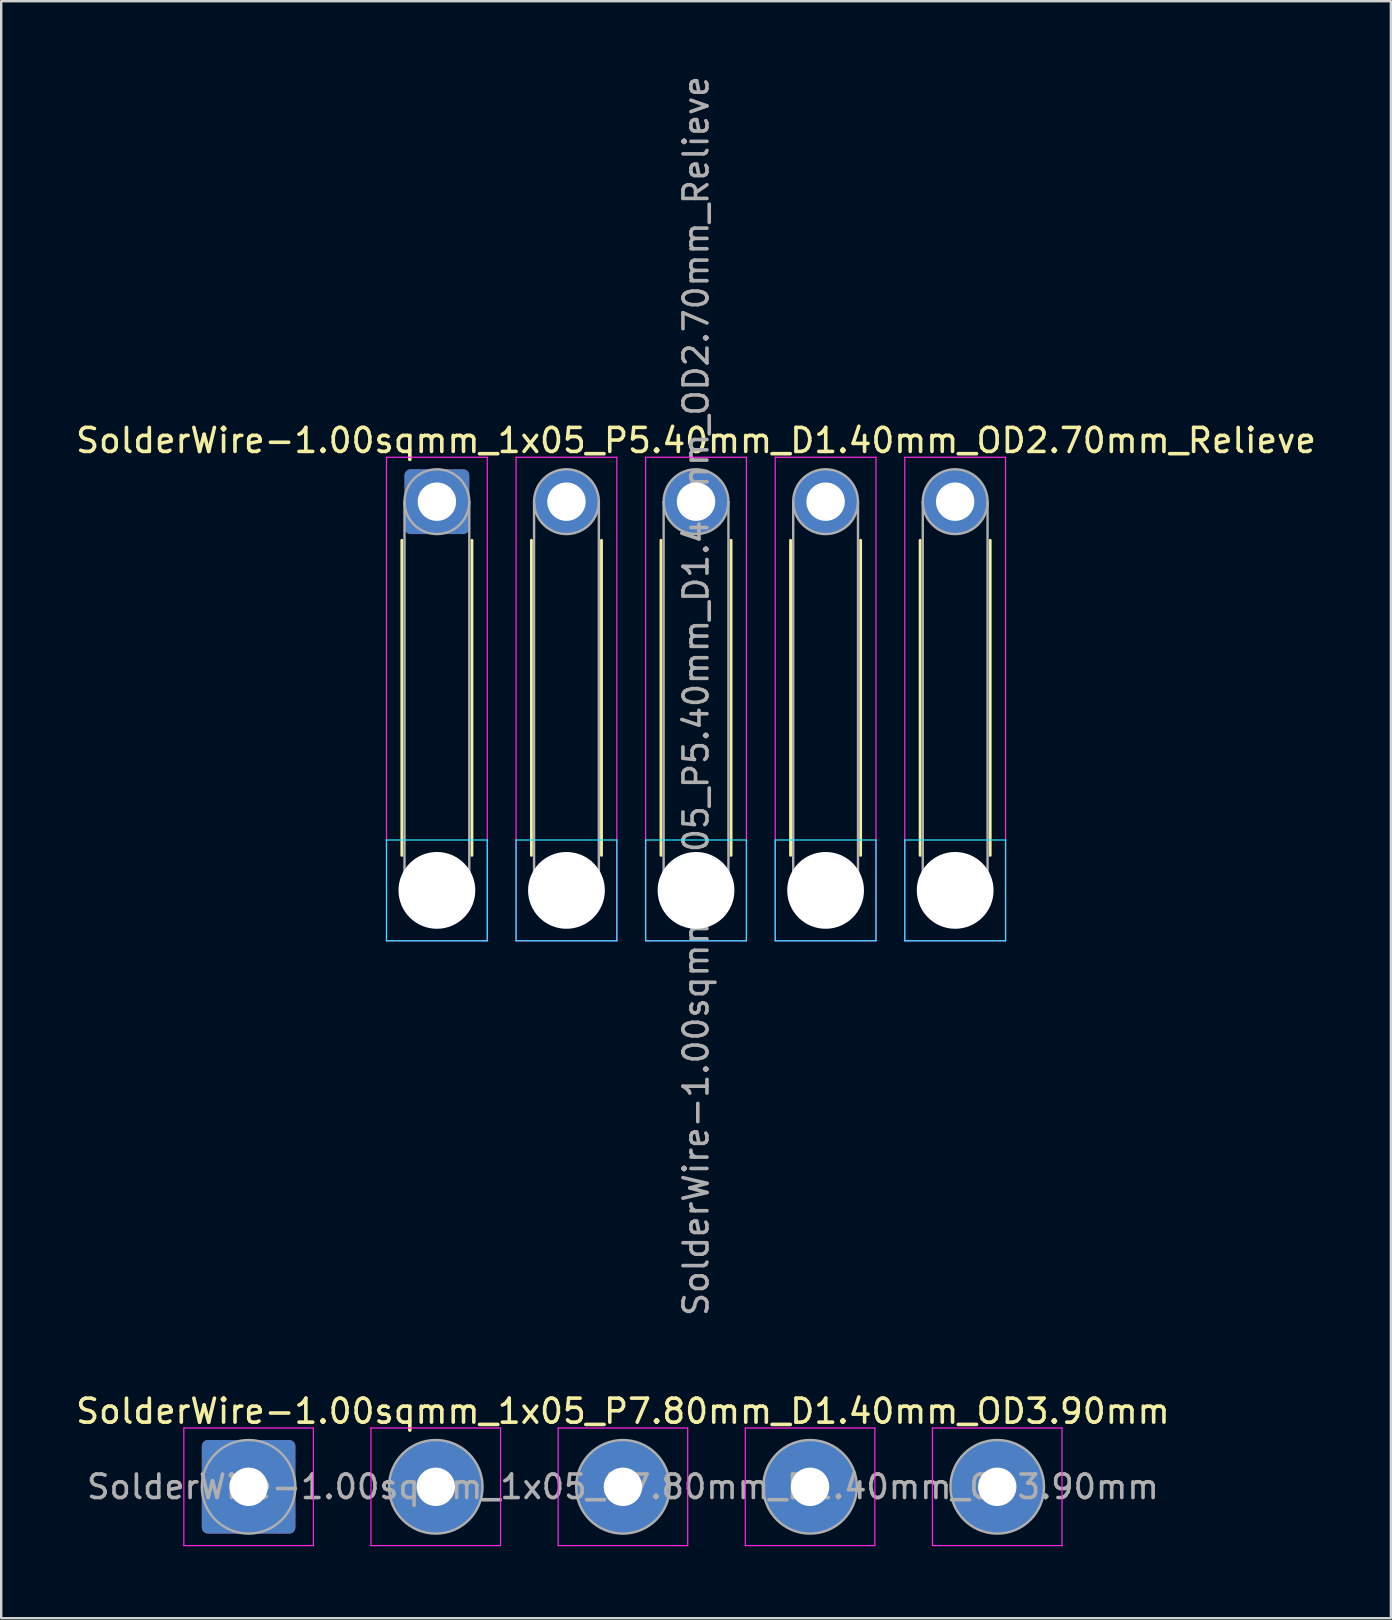
<source format=kicad_pcb>
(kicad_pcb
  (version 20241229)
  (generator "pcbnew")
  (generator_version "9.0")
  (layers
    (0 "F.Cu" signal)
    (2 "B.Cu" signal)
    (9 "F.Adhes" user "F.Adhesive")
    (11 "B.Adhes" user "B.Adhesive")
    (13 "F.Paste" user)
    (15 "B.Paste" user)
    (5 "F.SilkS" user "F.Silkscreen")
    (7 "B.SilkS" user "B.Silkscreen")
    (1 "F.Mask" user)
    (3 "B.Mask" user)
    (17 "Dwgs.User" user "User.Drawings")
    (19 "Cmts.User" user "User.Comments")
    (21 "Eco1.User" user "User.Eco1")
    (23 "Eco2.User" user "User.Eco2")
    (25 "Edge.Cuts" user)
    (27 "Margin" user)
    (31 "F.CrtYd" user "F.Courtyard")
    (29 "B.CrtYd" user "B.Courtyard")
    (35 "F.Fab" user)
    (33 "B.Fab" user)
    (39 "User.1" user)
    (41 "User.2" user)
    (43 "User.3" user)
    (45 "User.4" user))
  (footprint "SolderWire-1.00sqmm_1x05_P7.80mm_D1.40mm_OD3.90mm"
    (layer "F.Cu")
    (at 7.311 58.915)
    (property "Reference" "SolderWire-1.00sqmm_1x05_P7.80mm_D1.40mm_OD3.90mm" (at 15.6 -3.15 0) (layer "F.SilkS") (effects (font (size 1 1) (thickness 0.15))))
    (attr exclude_from_pos_files exclude_from_bom)
    (fp_line (start -2.7 -2.45) (end -2.7 2.45) (stroke (width 0.05) (type solid)) (layer "F.CrtYd"))
    (fp_line (start -2.7 2.45) (end 2.7 2.45) (stroke (width 0.05) (type solid)) (layer "F.CrtYd"))
    (fp_line (start 2.7 -2.45) (end -2.7 -2.45) (stroke (width 0.05) (type solid)) (layer "F.CrtYd"))
    (fp_line (start 2.7 2.45) (end 2.7 -2.45) (stroke (width 0.05) (type solid)) (layer "F.CrtYd"))
    (fp_line (start 5.1 -2.45) (end 5.1 2.45) (stroke (width 0.05) (type solid)) (layer "F.CrtYd"))
    (fp_line (start 5.1 2.45) (end 10.5 2.45) (stroke (width 0.05) (type solid)) (layer "F.CrtYd"))
    (fp_line (start 10.5 -2.45) (end 5.1 -2.45) (stroke (width 0.05) (type solid)) (layer "F.CrtYd"))
    (fp_line (start 10.5 2.45) (end 10.5 -2.45) (stroke (width 0.05) (type solid)) (layer "F.CrtYd"))
    (fp_line (start 12.9 -2.45) (end 12.9 2.45) (stroke (width 0.05) (type solid)) (layer "F.CrtYd"))
    (fp_line (start 12.9 2.45) (end 18.3 2.45) (stroke (width 0.05) (type solid)) (layer "F.CrtYd"))
    (fp_line (start 18.3 -2.45) (end 12.9 -2.45) (stroke (width 0.05) (type solid)) (layer "F.CrtYd"))
    (fp_line (start 18.3 2.45) (end 18.3 -2.45) (stroke (width 0.05) (type solid)) (layer "F.CrtYd"))
    (fp_line (start 20.7 -2.45) (end 20.7 2.45) (stroke (width 0.05) (type solid)) (layer "F.CrtYd"))
    (fp_line (start 20.7 2.45) (end 26.1 2.45) (stroke (width 0.05) (type solid)) (layer "F.CrtYd"))
    (fp_line (start 26.1 -2.45) (end 20.7 -2.45) (stroke (width 0.05) (type solid)) (layer "F.CrtYd"))
    (fp_line (start 26.1 2.45) (end 26.1 -2.45) (stroke (width 0.05) (type solid)) (layer "F.CrtYd"))
    (fp_line (start 28.5 -2.45) (end 28.5 2.45) (stroke (width 0.05) (type solid)) (layer "F.CrtYd"))
    (fp_line (start 28.5 2.45) (end 33.9 2.45) (stroke (width 0.05) (type solid)) (layer "F.CrtYd"))
    (fp_line (start 33.9 -2.45) (end 28.5 -2.45) (stroke (width 0.05) (type solid)) (layer "F.CrtYd"))
    (fp_line (start 33.9 2.45) (end 33.9 -2.45) (stroke (width 0.05) (type solid)) (layer "F.CrtYd"))
    (fp_circle (center 0 0) (end 1.95 0) (stroke (width 0.1) (type solid)) (fill no) (layer "F.Fab"))
    (fp_circle (center 7.8 0) (end 9.75 0) (stroke (width 0.1) (type solid)) (fill no) (layer "F.Fab"))
    (fp_circle (center 15.6 0) (end 17.55 0) (stroke (width 0.1) (type solid)) (fill no) (layer "F.Fab"))
    (fp_circle (center 23.4 0) (end 25.35 0) (stroke (width 0.1) (type solid)) (fill no) (layer "F.Fab"))
    (fp_circle (center 31.2 0) (end 33.15 0) (stroke (width 0.1) (type solid)) (fill no) (layer "F.Fab"))
    (fp_text user "${REFERENCE}" (at 15.6 0 0) (layer "F.Fab") (effects (font (size 0.98 0.98) (thickness 0.15))))
    (pad "1" thru_hole roundrect (at 0 0) (size 3.9 3.9) (drill 1.6) (layers "*.Cu" "*.Mask") (roundrect_rratio 0.064))
    (pad "2" thru_hole circle (at 7.8 0) (size 3.9 3.9) (drill 1.6) (layers "*.Cu" "*.Mask"))
    (pad "3" thru_hole circle (at 15.6 0) (size 3.9 3.9) (drill 1.6) (layers "*.Cu" "*.Mask"))
    (pad "4" thru_hole circle (at 23.4 0) (size 3.9 3.9) (drill 1.6) (layers "*.Cu" "*.Mask"))
    (pad "5" thru_hole circle (at 31.2 0) (size 3.9 3.9) (drill 1.6) (layers "*.Cu" "*.Mask")))
  (footprint "SolderWire-1.00sqmm_1x05_P5.40mm_D1.40mm_OD2.70mm_Relieve"
    (layer "F.Cu")
    (at 15.158 17.858)
    (property "Reference" "SolderWire-1.00sqmm_1x05_P5.40mm_D1.40mm_OD2.70mm_Relieve" (at 10.8 -2.55 0) (layer "F.SilkS") (effects (font (size 1 1) (thickness 0.15))))
    (attr exclude_from_pos_files exclude_from_bom)
    (fp_line (start -1.46 1.61) (end -1.46 14.74) (stroke (width 0.12) (type solid)) (layer "F.SilkS"))
    (fp_line (start 1.46 1.61) (end 1.46 14.74) (stroke (width 0.12) (type solid)) (layer "F.SilkS"))
    (fp_line (start 3.94 1.61) (end 3.94 14.74) (stroke (width 0.12) (type solid)) (layer "F.SilkS"))
    (fp_line (start 6.86 1.61) (end 6.86 14.74) (stroke (width 0.12) (type solid)) (layer "F.SilkS"))
    (fp_line (start 9.34 1.61) (end 9.34 14.74) (stroke (width 0.12) (type solid)) (layer "F.SilkS"))
    (fp_line (start 12.26 1.61) (end 12.26 14.74) (stroke (width 0.12) (type solid)) (layer "F.SilkS"))
    (fp_line (start 14.74 1.61) (end 14.74 14.74) (stroke (width 0.12) (type solid)) (layer "F.SilkS"))
    (fp_line (start 17.66 1.61) (end 17.66 14.74) (stroke (width 0.12) (type solid)) (layer "F.SilkS"))
    (fp_line (start 20.14 1.61) (end 20.14 14.74) (stroke (width 0.12) (type solid)) (layer "F.SilkS"))
    (fp_line (start 23.06 1.61) (end 23.06 14.74) (stroke (width 0.12) (type solid)) (layer "F.SilkS"))
    (fp_line (start -2.1 14.1) (end -2.1 18.3) (stroke (width 0.05) (type solid)) (layer "B.CrtYd"))
    (fp_line (start -2.1 18.3) (end 2.1 18.3) (stroke (width 0.05) (type solid)) (layer "B.CrtYd"))
    (fp_line (start 2.1 14.1) (end -2.1 14.1) (stroke (width 0.05) (type solid)) (layer "B.CrtYd"))
    (fp_line (start 2.1 18.3) (end 2.1 14.1) (stroke (width 0.05) (type solid)) (layer "B.CrtYd"))
    (fp_line (start 3.3 14.1) (end 3.3 18.3) (stroke (width 0.05) (type solid)) (layer "B.CrtYd"))
    (fp_line (start 3.3 18.3) (end 7.5 18.3) (stroke (width 0.05) (type solid)) (layer "B.CrtYd"))
    (fp_line (start 7.5 14.1) (end 3.3 14.1) (stroke (width 0.05) (type solid)) (layer "B.CrtYd"))
    (fp_line (start 7.5 18.3) (end 7.5 14.1) (stroke (width 0.05) (type solid)) (layer "B.CrtYd"))
    (fp_line (start 8.7 14.1) (end 8.7 18.3) (stroke (width 0.05) (type solid)) (layer "B.CrtYd"))
    (fp_line (start 8.7 18.3) (end 12.9 18.3) (stroke (width 0.05) (type solid)) (layer "B.CrtYd"))
    (fp_line (start 12.9 14.1) (end 8.7 14.1) (stroke (width 0.05) (type solid)) (layer "B.CrtYd"))
    (fp_line (start 12.9 18.3) (end 12.9 14.1) (stroke (width 0.05) (type solid)) (layer "B.CrtYd"))
    (fp_line (start 14.1 14.1) (end 14.1 18.3) (stroke (width 0.05) (type solid)) (layer "B.CrtYd"))
    (fp_line (start 14.1 18.3) (end 18.3 18.3) (stroke (width 0.05) (type solid)) (layer "B.CrtYd"))
    (fp_line (start 18.3 14.1) (end 14.1 14.1) (stroke (width 0.05) (type solid)) (layer "B.CrtYd"))
    (fp_line (start 18.3 18.3) (end 18.3 14.1) (stroke (width 0.05) (type solid)) (layer "B.CrtYd"))
    (fp_line (start 19.5 14.1) (end 19.5 18.3) (stroke (width 0.05) (type solid)) (layer "B.CrtYd"))
    (fp_line (start 19.5 18.3) (end 23.7 18.3) (stroke (width 0.05) (type solid)) (layer "B.CrtYd"))
    (fp_line (start 23.7 14.1) (end 19.5 14.1) (stroke (width 0.05) (type solid)) (layer "B.CrtYd"))
    (fp_line (start 23.7 18.3) (end 23.7 14.1) (stroke (width 0.05) (type solid)) (layer "B.CrtYd"))
    (fp_line (start -2.1 -1.85) (end -2.1 18.3) (stroke (width 0.05) (type solid)) (layer "F.CrtYd"))
    (fp_line (start -2.1 18.3) (end 2.1 18.3) (stroke (width 0.05) (type solid)) (layer "F.CrtYd"))
    (fp_line (start 2.1 -1.85) (end -2.1 -1.85) (stroke (width 0.05) (type solid)) (layer "F.CrtYd"))
    (fp_line (start 2.1 18.3) (end 2.1 -1.85) (stroke (width 0.05) (type solid)) (layer "F.CrtYd"))
    (fp_line (start 3.3 -1.85) (end 3.3 18.3) (stroke (width 0.05) (type solid)) (layer "F.CrtYd"))
    (fp_line (start 3.3 18.3) (end 7.5 18.3) (stroke (width 0.05) (type solid)) (layer "F.CrtYd"))
    (fp_line (start 7.5 -1.85) (end 3.3 -1.85) (stroke (width 0.05) (type solid)) (layer "F.CrtYd"))
    (fp_line (start 7.5 18.3) (end 7.5 -1.85) (stroke (width 0.05) (type solid)) (layer "F.CrtYd"))
    (fp_line (start 8.7 -1.85) (end 8.7 18.3) (stroke (width 0.05) (type solid)) (layer "F.CrtYd"))
    (fp_line (start 8.7 18.3) (end 12.9 18.3) (stroke (width 0.05) (type solid)) (layer "F.CrtYd"))
    (fp_line (start 12.9 -1.85) (end 8.7 -1.85) (stroke (width 0.05) (type solid)) (layer "F.CrtYd"))
    (fp_line (start 12.9 18.3) (end 12.9 -1.85) (stroke (width 0.05) (type solid)) (layer "F.CrtYd"))
    (fp_line (start 14.1 -1.85) (end 14.1 18.3) (stroke (width 0.05) (type solid)) (layer "F.CrtYd"))
    (fp_line (start 14.1 18.3) (end 18.3 18.3) (stroke (width 0.05) (type solid)) (layer "F.CrtYd"))
    (fp_line (start 18.3 -1.85) (end 14.1 -1.85) (stroke (width 0.05) (type solid)) (layer "F.CrtYd"))
    (fp_line (start 18.3 18.3) (end 18.3 -1.85) (stroke (width 0.05) (type solid)) (layer "F.CrtYd"))
    (fp_line (start 19.5 -1.85) (end 19.5 18.3) (stroke (width 0.05) (type solid)) (layer "F.CrtYd"))
    (fp_line (start 19.5 18.3) (end 23.7 18.3) (stroke (width 0.05) (type solid)) (layer "F.CrtYd"))
    (fp_line (start 23.7 -1.85) (end 19.5 -1.85) (stroke (width 0.05) (type solid)) (layer "F.CrtYd"))
    (fp_line (start 23.7 18.3) (end 23.7 -1.85) (stroke (width 0.05) (type solid)) (layer "F.CrtYd"))
    (fp_line (start -1.35 0) (end -1.35 16.2) (stroke (width 0.1) (type solid)) (layer "F.Fab"))
    (fp_line (start 1.35 0) (end 1.35 16.2) (stroke (width 0.1) (type solid)) (layer "F.Fab"))
    (fp_line (start 4.05 0) (end 4.05 16.2) (stroke (width 0.1) (type solid)) (layer "F.Fab"))
    (fp_line (start 6.75 0) (end 6.75 16.2) (stroke (width 0.1) (type solid)) (layer "F.Fab"))
    (fp_line (start 9.45 0) (end 9.45 16.2) (stroke (width 0.1) (type solid)) (layer "F.Fab"))
    (fp_line (start 12.15 0) (end 12.15 16.2) (stroke (width 0.1) (type solid)) (layer "F.Fab"))
    (fp_line (start 14.85 0) (end 14.85 16.2) (stroke (width 0.1) (type solid)) (layer "F.Fab"))
    (fp_line (start 17.55 0) (end 17.55 16.2) (stroke (width 0.1) (type solid)) (layer "F.Fab"))
    (fp_line (start 20.25 0) (end 20.25 16.2) (stroke (width 0.1) (type solid)) (layer "F.Fab"))
    (fp_line (start 22.95 0) (end 22.95 16.2) (stroke (width 0.1) (type solid)) (layer "F.Fab"))
    (fp_circle (center 0 0) (end 1.35 0) (stroke (width 0.1) (type solid)) (fill no) (layer "F.Fab"))
    (fp_circle (center 0 16.2) (end 1.35 16.2) (stroke (width 0.1) (type solid)) (fill no) (layer "F.Fab"))
    (fp_circle (center 5.4 0) (end 6.75 0) (stroke (width 0.1) (type solid)) (fill no) (layer "F.Fab"))
    (fp_circle (center 5.4 16.2) (end 6.75 16.2) (stroke (width 0.1) (type solid)) (fill no) (layer "F.Fab"))
    (fp_circle (center 10.8 0) (end 12.15 0) (stroke (width 0.1) (type solid)) (fill no) (layer "F.Fab"))
    (fp_circle (center 10.8 16.2) (end 12.15 16.2) (stroke (width 0.1) (type solid)) (fill no) (layer "F.Fab"))
    (fp_circle (center 16.2 0) (end 17.55 0) (stroke (width 0.1) (type solid)) (fill no) (layer "F.Fab"))
    (fp_circle (center 16.2 16.2) (end 17.55 16.2) (stroke (width 0.1) (type solid)) (fill no) (layer "F.Fab"))
    (fp_circle (center 21.6 0) (end 22.95 0) (stroke (width 0.1) (type solid)) (fill no) (layer "F.Fab"))
    (fp_circle (center 21.6 16.2) (end 22.95 16.2) (stroke (width 0.1) (type solid)) (fill no) (layer "F.Fab"))
    (fp_text user "${REFERENCE}" (at 10.8 8.1 90) (layer "F.Fab") (effects (font (size 1 1) (thickness 0.15))))
    (pad "" np_thru_hole circle (at 0 16.2) (size 3.2 3.2) (drill 3.2) (layers "*.Cu" "*.Mask"))
    (pad "" np_thru_hole circle (at 5.4 16.2) (size 3.2 3.2) (drill 3.2) (layers "*.Cu" "*.Mask"))
    (pad "" np_thru_hole circle (at 10.8 16.2) (size 3.2 3.2) (drill 3.2) (layers "*.Cu" "*.Mask"))
    (pad "" np_thru_hole circle (at 16.2 16.2) (size 3.2 3.2) (drill 3.2) (layers "*.Cu" "*.Mask"))
    (pad "" np_thru_hole circle (at 21.6 16.2) (size 3.2 3.2) (drill 3.2) (layers "*.Cu" "*.Mask"))
    (pad "1" thru_hole roundrect (at 0 0) (size 2.7 2.7) (drill 1.6) (layers "*.Cu" "*.Mask") (roundrect_rratio 0.093))
    (pad "2" thru_hole circle (at 5.4 0) (size 2.7 2.7) (drill 1.6) (layers "*.Cu" "*.Mask"))
    (pad "3" thru_hole circle (at 10.8 0) (size 2.7 2.7) (drill 1.6) (layers "*.Cu" "*.Mask"))
    (pad "4" thru_hole circle (at 16.2 0) (size 2.7 2.7) (drill 1.6) (layers "*.Cu" "*.Mask"))
    (pad "5" thru_hole circle (at 21.6 0) (size 2.7 2.7) (drill 1.6) (layers "*.Cu" "*.Mask")))
  (gr_rect
    (start -3 -3)
    (end 54.917 64.39)
    (stroke (width 0.1) (type default))
    (fill no)
    (layer "Edge.Cuts")))
</source>
